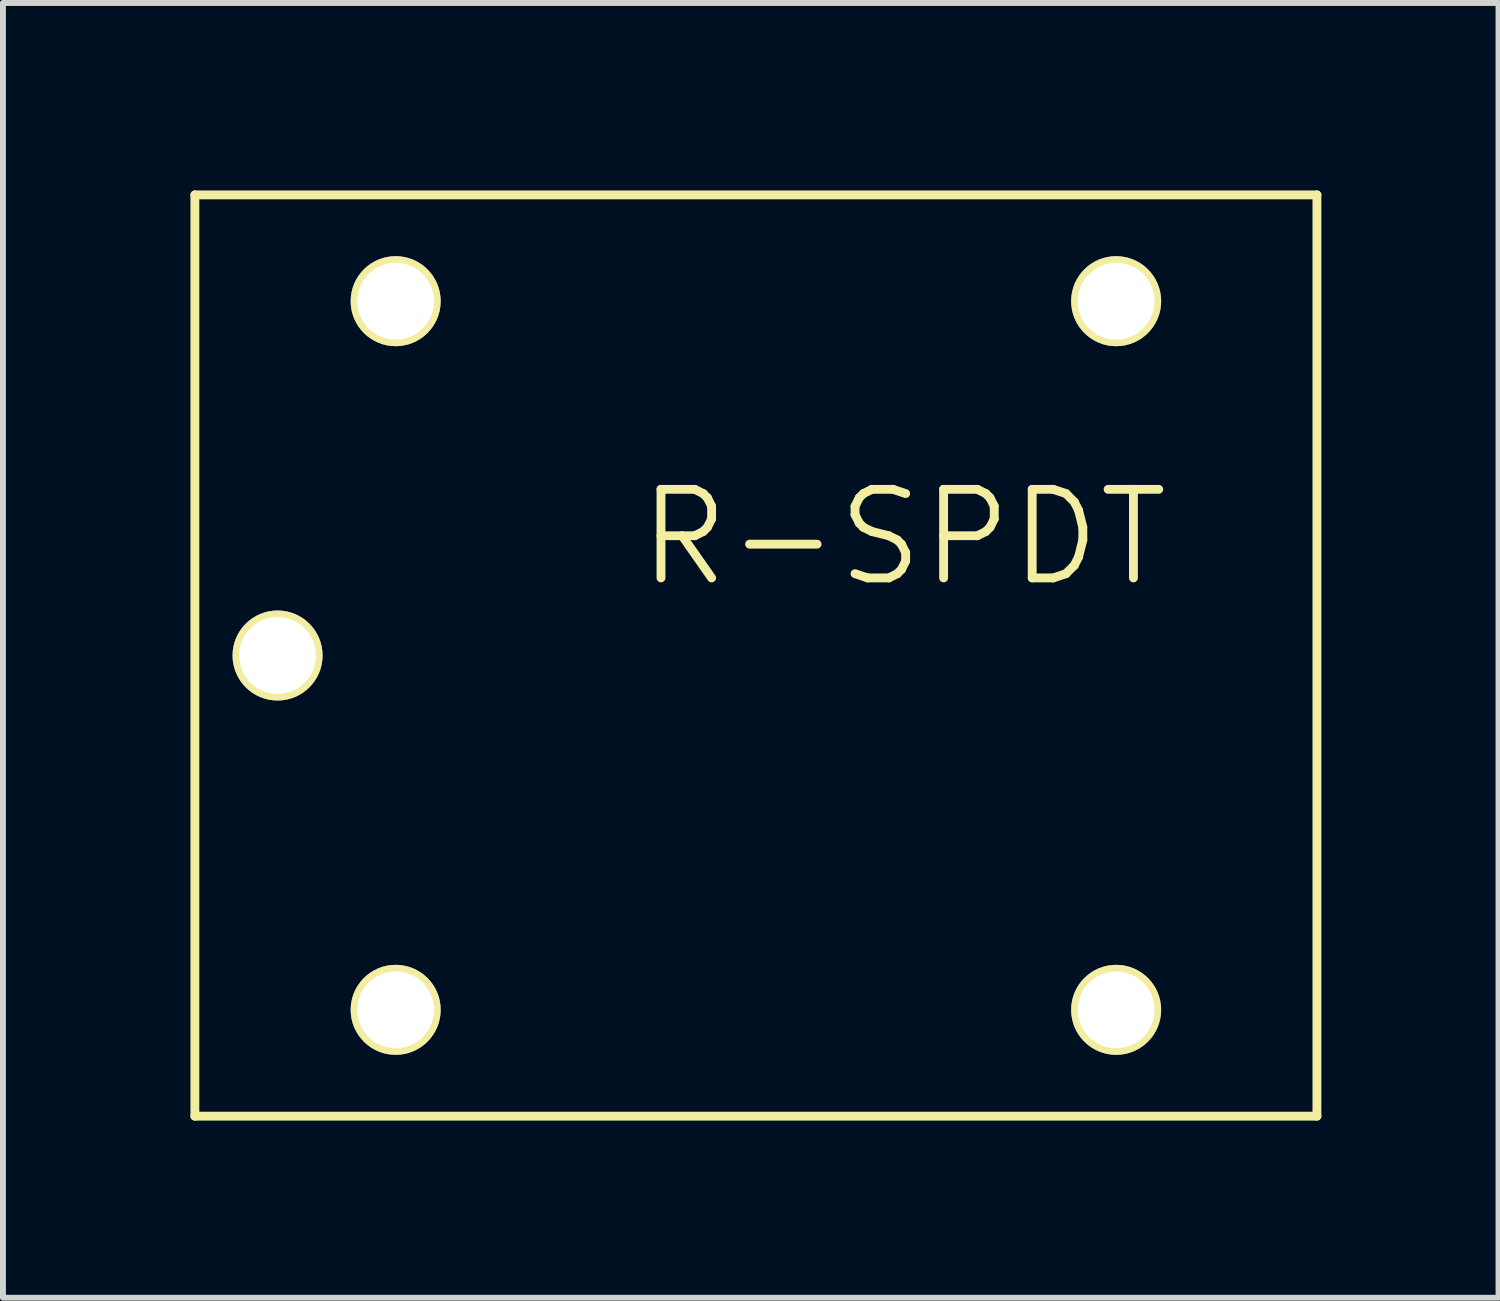
<source format=kicad_pcb>
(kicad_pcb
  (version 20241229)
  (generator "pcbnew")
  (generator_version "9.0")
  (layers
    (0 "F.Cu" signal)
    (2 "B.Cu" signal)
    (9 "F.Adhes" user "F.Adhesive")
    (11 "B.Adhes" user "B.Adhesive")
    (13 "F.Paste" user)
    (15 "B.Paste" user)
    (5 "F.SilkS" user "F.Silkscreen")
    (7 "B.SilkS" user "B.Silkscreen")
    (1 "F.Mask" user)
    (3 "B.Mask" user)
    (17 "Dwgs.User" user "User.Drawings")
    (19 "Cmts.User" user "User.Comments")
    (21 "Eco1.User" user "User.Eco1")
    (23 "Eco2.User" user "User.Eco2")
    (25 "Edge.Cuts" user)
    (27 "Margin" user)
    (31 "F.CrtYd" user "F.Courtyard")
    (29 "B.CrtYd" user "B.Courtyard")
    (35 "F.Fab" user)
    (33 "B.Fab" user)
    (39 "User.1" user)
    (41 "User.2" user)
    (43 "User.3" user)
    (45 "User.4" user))
  (footprint "R-SPDT"
    (layer "F.Cu")
    (at 0.25 0.25)
    (property "Reference" "R-SPDT" (at 12 5.8 0) (layer "F.SilkS") (effects (font (size 1.5 1.5) (thickness 0.15))))
    (attr through_hole)
    (fp_line (start 0 0) (end 0 15.6) (stroke (width 0.15) (type solid)) (layer "F.SilkS"))
    (fp_line (start 0 15.6) (end 19 15.6) (stroke (width 0.15) (type solid)) (layer "F.SilkS"))
    (fp_line (start 19 0) (end 0 0) (stroke (width 0.15) (type solid)) (layer "F.SilkS"))
    (fp_line (start 19 15.6) (end 19 0) (stroke (width 0.15) (type solid)) (layer "F.SilkS"))
    (pad "1" thru_hole circle (at 15.6 1.8) (size 1.524 1.524) (drill 1.3) (layers "*.Cu" "*.Mask" "F.SilkS"))
    (pad "2" thru_hole circle (at 1.4 7.8) (size 1.524 1.524) (drill 1.3) (layers "*.Cu" "*.Mask" "F.SilkS"))
    (pad "3" thru_hole circle (at 15.6 13.8) (size 1.524 1.524) (drill 1.3) (layers "*.Cu" "*.Mask" "F.SilkS"))
    (pad "4" thru_hole circle (at 3.4 13.8) (size 1.524 1.524) (drill 1.3) (layers "*.Cu" "*.Mask" "F.SilkS"))
    (pad "5" thru_hole circle (at 3.4 1.8) (size 1.524 1.524) (drill 1.3) (layers "*.Cu" "*.Mask" "F.SilkS")))
  (gr_rect
    (start -3 -3)
    (end 22.325 18.925)
    (stroke (width 0.1) (type default))
    (fill no)
    (layer "Edge.Cuts")))
</source>
